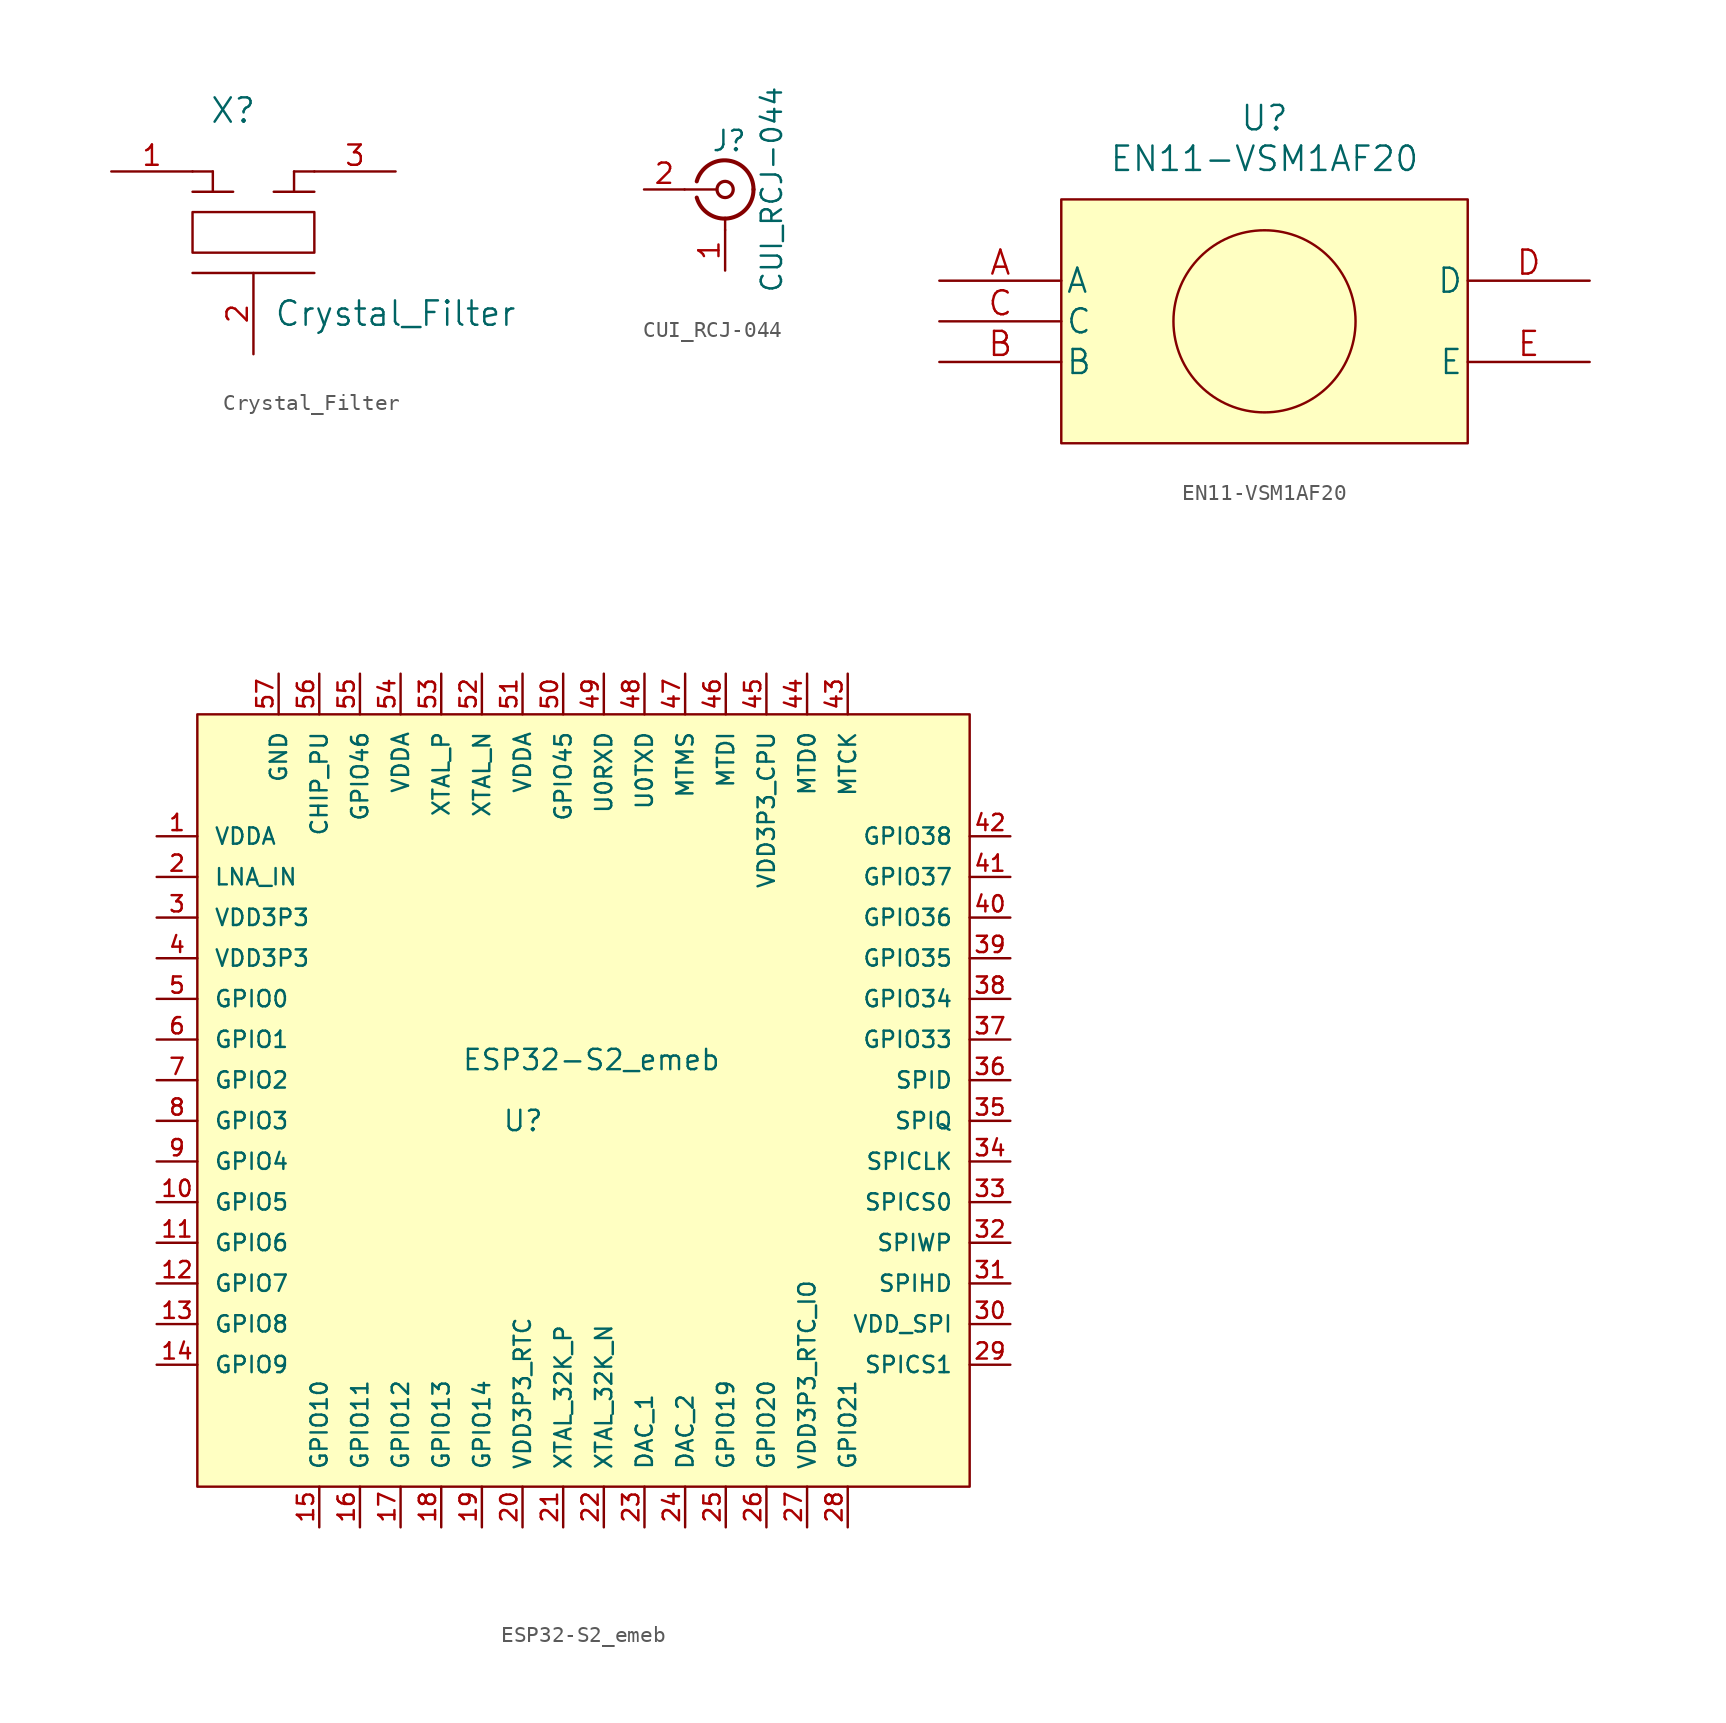
<source format=kicad_sym>
(kicad_symbol_lib
  (version 20211014)
  (generator kicad_symbol_editor)
  (symbol "Crystal_Filter"
    (pin_names
      (offset 1.016))
    (property "Reference" "X"
      (at -1.27 7.62 0)
      (effects (font (size 1.524 1.524))))
    (property "Value" "Crystal_Filter"
      (at 8.89 -5.08 0)
      (effects (font (size 1.524 1.524))))
    (property "Footprint" ""
      (at 0 0 0)
      (effects (font (size 1.524 1.524))))
    (property "Datasheet" ""
      (at 0 0 0)
      (effects (font (size 1.524 1.524))))
    (symbol "Crystal_Filter_0_1"
      (rectangle (start -3.81 -2.54) (end 3.81 -2.54) (stroke (width 0) (type default) (color 0 0 0 0)) (fill (type none)))
      (rectangle (start -3.81 1.27) (end 3.81 -1.27) (stroke (width 0) (type default) (color 0 0 0 0)) (fill (type none)))
      (rectangle (start -3.81 2.54) (end -1.27 2.54) (stroke (width 0) (type default) (color 0 0 0 0)) (fill (type none)))
      (rectangle (start -3.81 3.81) (end -2.54 3.81) (stroke (width 0) (type default) (color 0 0 0 0)) (fill (type none)))
      (rectangle (start -2.54 2.54) (end -2.54 3.81) (stroke (width 0) (type default) (color 0 0 0 0)) (fill (type none)))
      (rectangle (start 1.27 2.54) (end 3.81 2.54) (stroke (width 0) (type default) (color 0 0 0 0)) (fill (type none)))
      (rectangle (start 2.54 2.54) (end 2.54 3.81) (stroke (width 0) (type default) (color 0 0 0 0)) (fill (type none)))
      (rectangle (start 2.54 3.81) (end 3.81 3.81) (stroke (width 0) (type default) (color 0 0 0 0)) (fill (type none))))
    (symbol "Crystal_Filter_1_1"
      (pin input line (at -8.89 3.81 0) (length 5.08) (name "~" (effects (font (size 1.27 1.27)))) (number "1" (effects (font (size 1.27 1.27)))))
      (pin input line (at 0 -7.62 90) (length 5.08) (name "~" (effects (font (size 1.27 1.27)))) (number "2" (effects (font (size 1.27 1.27)))))
      (pin input line (at 8.89 3.81 180) (length 5.08) (name "~" (effects (font (size 1.27 1.27)))) (number "3" (effects (font (size 1.27 1.27)))))))
  (symbol "CUI_RCJ-044"
    (pin_names
      (offset 1.016) hide)
    (property "Reference" "J"
      (at 0.254 3.048 0)
      (effects (font (size 1.27 1.27))))
    (property "Value" "CUI_RCJ-044"
      (at 2.921 0 90)
      (effects (font (size 1.27 1.27))))
    (symbol "CUI_RCJ-044_0_1"
      (arc (start -1.778 -0.508) (mid 0.2311 -1.8066) (end 1.778 0) (stroke (width 0.254) (type default) (color 0 0 0 0)) (fill (type none)))
      (polyline (pts (xy -2.54 0) (xy -0.508 0)) (stroke (width 0) (type default) (color 0 0 0 0)) (fill (type none)))
      (polyline (pts (xy 0 -2.54) (xy 0 -1.778)) (stroke (width 0) (type default) (color 0 0 0 0)) (fill (type none)))
      (circle (center 0 0) (radius 0.508) (stroke (width 0.203) (type default) (color 0 0 0 0)) (fill (type none)))
      (arc (start 1.778 0) (mid 0.2099 1.8101) (end -1.778 0.508) (stroke (width 0.254) (type default) (color 0 0 0 0)) (fill (type none))))
    (symbol "CUI_RCJ-044_1_1"
      (pin passive line (at 0 -5.08 90) (length 2.54) (name "Ext" (effects (font (size 1.27 1.27)))) (number "1" (effects (font (size 1.27 1.27)))))
      (pin passive line (at -5.08 0 0) (length 2.54) (name "In" (effects (font (size 1.27 1.27)))) (number "2" (effects (font (size 1.27 1.27)))))))
  (symbol "EN11-VSM1AF20"
    (pin_names
      (offset 0.254))
    (property "Reference" "U"
      (at 20.32 10.16 0)
      (effects (font (size 1.524 1.524))))
    (property "Value" "EN11-VSM1AF20"
      (at 20.32 7.62 0)
      (effects (font (size 1.524 1.524))))
    (property "Datasheet" ""
      (at 0 0 0)
      (effects (font (size 1.524 1.524))))
    (property "ki_locked" ""
      (at 0 0 0)
      (effects (font (size 1.27 1.27))))
    (symbol "EN11-VSM1AF20_1_1"
      (rectangle (start 7.62 5.08) (end 33.02 -10.16) (stroke (width 0) (type default) (color 0 0 0 0)) (fill (type background)))
      (circle (center 20.32 -2.54) (radius 5.69) (stroke (width 0) (type default) (color 0 0 0 0)) (fill (type none)))
      (pin unspecified line (at 0 0 0) (length 7.62) (name "A" (effects (font (size 1.499 1.499)))) (number "A" (effects (font (size 1.499 1.499)))))
      (pin unspecified line (at 0 -5.08 0) (length 7.62) (name "B" (effects (font (size 1.499 1.499)))) (number "B" (effects (font (size 1.499 1.499)))))
      (pin unspecified line (at 0 -2.54 0) (length 7.62) (name "C" (effects (font (size 1.499 1.499)))) (number "C" (effects (font (size 1.499 1.499)))))
      (pin unspecified line (at 40.64 0 180) (length 7.62) (name "D" (effects (font (size 1.499 1.499)))) (number "D" (effects (font (size 1.499 1.499)))))
      (pin unspecified line (at 40.64 -5.08 180) (length 7.62) (name "E" (effects (font (size 1.499 1.499)))) (number "E" (effects (font (size 1.499 1.499)))))))
  (symbol "ESP32-S2_emeb"
    (pin_names
      (offset 1.016))
    (property "Reference" "U"
      (at -5.08 -1.27 0)
      (effects (font (size 1.27 1.27)) (justify left)))
    (property "Value" "ESP32-S2_emeb"
      (at -7.62 2.54 0)
      (effects (font (size 1.27 1.27)) (justify left)))
    (property "ki_locked" ""
      (at 0 0 0)
      (effects (font (size 1.27 1.27))))
    (symbol "ESP32-S2_emeb_1_1"
      (rectangle (start -24.13 24.13) (end 24.13 -24.13) (stroke (width 0) (type default) (color 0 0 0 0)) (fill (type background)))
      (pin power_in line (at -26.67 16.51 0) (length 2.54) (name "VDDA" (effects (font (size 1.016 1.016)))) (number "1" (effects (font (size 1.016 1.016)))))
      (pin bidirectional line (at -26.67 -6.35 0) (length 2.54) (name "GPIO5" (effects (font (size 1.016 1.016)))) (number "10" (effects (font (size 1.016 1.016)))))
      (pin bidirectional line (at -26.67 -8.89 0) (length 2.54) (name "GPIO6" (effects (font (size 1.016 1.016)))) (number "11" (effects (font (size 1.016 1.016)))))
      (pin bidirectional line (at -26.67 -11.43 0) (length 2.54) (name "GPIO7" (effects (font (size 1.016 1.016)))) (number "12" (effects (font (size 1.016 1.016)))))
      (pin bidirectional line (at -26.67 -13.97 0) (length 2.54) (name "GPIO8" (effects (font (size 1.016 1.016)))) (number "13" (effects (font (size 1.016 1.016)))))
      (pin bidirectional line (at -26.67 -16.51 0) (length 2.54) (name "GPIO9" (effects (font (size 1.016 1.016)))) (number "14" (effects (font (size 1.016 1.016)))))
      (pin bidirectional line (at -16.51 -26.67 90) (length 2.54) (name "GPIO10" (effects (font (size 1.016 1.016)))) (number "15" (effects (font (size 1.016 1.016)))))
      (pin bidirectional line (at -13.97 -26.67 90) (length 2.54) (name "GPIO11" (effects (font (size 1.016 1.016)))) (number "16" (effects (font (size 1.016 1.016)))))
      (pin bidirectional line (at -11.43 -26.67 90) (length 2.54) (name "GPIO12" (effects (font (size 1.016 1.016)))) (number "17" (effects (font (size 1.016 1.016)))))
      (pin bidirectional line (at -8.89 -26.67 90) (length 2.54) (name "GPIO13" (effects (font (size 1.016 1.016)))) (number "18" (effects (font (size 1.016 1.016)))))
      (pin bidirectional line (at -6.35 -26.67 90) (length 2.54) (name "GPIO14" (effects (font (size 1.016 1.016)))) (number "19" (effects (font (size 1.016 1.016)))))
      (pin bidirectional line (at -26.67 13.97 0) (length 2.54) (name "LNA_IN" (effects (font (size 1.016 1.016)))) (number "2" (effects (font (size 1.016 1.016)))))
      (pin power_in line (at -3.81 -26.67 90) (length 2.54) (name "VDD3P3_RTC" (effects (font (size 1.016 1.016)))) (number "20" (effects (font (size 1.016 1.016)))))
      (pin bidirectional line (at -1.27 -26.67 90) (length 2.54) (name "XTAL_32K_P" (effects (font (size 1.016 1.016)))) (number "21" (effects (font (size 1.016 1.016)))))
      (pin bidirectional line (at 1.27 -26.67 90) (length 2.54) (name "XTAL_32K_N" (effects (font (size 1.016 1.016)))) (number "22" (effects (font (size 1.016 1.016)))))
      (pin passive line (at 3.81 -26.67 90) (length 2.54) (name "DAC_1" (effects (font (size 1.016 1.016)))) (number "23" (effects (font (size 1.016 1.016)))))
      (pin passive line (at 6.35 -26.67 90) (length 2.54) (name "DAC_2" (effects (font (size 1.016 1.016)))) (number "24" (effects (font (size 1.016 1.016)))))
      (pin bidirectional line (at 8.89 -26.67 90) (length 2.54) (name "GPIO19" (effects (font (size 1.016 1.016)))) (number "25" (effects (font (size 1.016 1.016)))))
      (pin bidirectional line (at 11.43 -26.67 90) (length 2.54) (name "GPIO20" (effects (font (size 1.016 1.016)))) (number "26" (effects (font (size 1.016 1.016)))))
      (pin power_in line (at 13.97 -26.67 90) (length 2.54) (name "VDD3P3_RTC_IO" (effects (font (size 1.016 1.016)))) (number "27" (effects (font (size 1.016 1.016)))))
      (pin bidirectional line (at 16.51 -26.67 90) (length 2.54) (name "GPIO21" (effects (font (size 1.016 1.016)))) (number "28" (effects (font (size 1.016 1.016)))))
      (pin input line (at 26.67 -16.51 180) (length 2.54) (name "SPICS1" (effects (font (size 1.016 1.016)))) (number "29" (effects (font (size 1.016 1.016)))))
      (pin power_in line (at -26.67 11.43 0) (length 2.54) (name "VDD3P3" (effects (font (size 1.016 1.016)))) (number "3" (effects (font (size 1.016 1.016)))))
      (pin power_in line (at 26.67 -13.97 180) (length 2.54) (name "VDD_SPI" (effects (font (size 1.016 1.016)))) (number "30" (effects (font (size 1.016 1.016)))))
      (pin bidirectional line (at 26.67 -11.43 180) (length 2.54) (name "SPIHD" (effects (font (size 1.016 1.016)))) (number "31" (effects (font (size 1.016 1.016)))))
      (pin bidirectional line (at 26.67 -8.89 180) (length 2.54) (name "SPIWP" (effects (font (size 1.016 1.016)))) (number "32" (effects (font (size 1.016 1.016)))))
      (pin bidirectional line (at 26.67 -6.35 180) (length 2.54) (name "SPICS0" (effects (font (size 1.016 1.016)))) (number "33" (effects (font (size 1.016 1.016)))))
      (pin input line (at 26.67 -3.81 180) (length 2.54) (name "SPICLK" (effects (font (size 1.016 1.016)))) (number "34" (effects (font (size 1.016 1.016)))))
      (pin bidirectional line (at 26.67 -1.27 180) (length 2.54) (name "SPIQ" (effects (font (size 1.016 1.016)))) (number "35" (effects (font (size 1.016 1.016)))))
      (pin bidirectional line (at 26.67 1.27 180) (length 2.54) (name "SPID" (effects (font (size 1.016 1.016)))) (number "36" (effects (font (size 1.016 1.016)))))
      (pin bidirectional line (at 26.67 3.81 180) (length 2.54) (name "GPIO33" (effects (font (size 1.016 1.016)))) (number "37" (effects (font (size 1.016 1.016)))))
      (pin bidirectional line (at 26.67 6.35 180) (length 2.54) (name "GPIO34" (effects (font (size 1.016 1.016)))) (number "38" (effects (font (size 1.016 1.016)))))
      (pin bidirectional line (at 26.67 8.89 180) (length 2.54) (name "GPIO35" (effects (font (size 1.016 1.016)))) (number "39" (effects (font (size 1.016 1.016)))))
      (pin power_in line (at -26.67 8.89 0) (length 2.54) (name "VDD3P3" (effects (font (size 1.016 1.016)))) (number "4" (effects (font (size 1.016 1.016)))))
      (pin bidirectional line (at 26.67 11.43 180) (length 2.54) (name "GPIO36" (effects (font (size 1.016 1.016)))) (number "40" (effects (font (size 1.016 1.016)))))
      (pin bidirectional line (at 26.67 13.97 180) (length 2.54) (name "GPIO37" (effects (font (size 1.016 1.016)))) (number "41" (effects (font (size 1.016 1.016)))))
      (pin bidirectional line (at 26.67 16.51 180) (length 2.54) (name "GPIO38" (effects (font (size 1.016 1.016)))) (number "42" (effects (font (size 1.016 1.016)))))
      (pin input line (at 16.51 26.67 270) (length 2.54) (name "MTCK" (effects (font (size 1.016 1.016)))) (number "43" (effects (font (size 1.016 1.016)))))
      (pin bidirectional line (at 13.97 26.67 270) (length 2.54) (name "MTD0" (effects (font (size 1.016 1.016)))) (number "44" (effects (font (size 1.016 1.016)))))
      (pin power_in line (at 11.43 26.67 270) (length 2.54) (name "VDD3P3_CPU" (effects (font (size 1.016 1.016)))) (number "45" (effects (font (size 1.016 1.016)))))
      (pin input line (at 8.89 26.67 270) (length 2.54) (name "MTDI" (effects (font (size 1.016 1.016)))) (number "46" (effects (font (size 1.016 1.016)))))
      (pin input line (at 6.35 26.67 270) (length 2.54) (name "MTMS" (effects (font (size 1.016 1.016)))) (number "47" (effects (font (size 1.016 1.016)))))
      (pin output line (at 3.81 26.67 270) (length 2.54) (name "U0TXD" (effects (font (size 1.016 1.016)))) (number "48" (effects (font (size 1.016 1.016)))))
      (pin input line (at 1.27 26.67 270) (length 2.54) (name "U0RXD" (effects (font (size 1.016 1.016)))) (number "49" (effects (font (size 1.016 1.016)))))
      (pin bidirectional line (at -26.67 6.35 0) (length 2.54) (name "GPIO0" (effects (font (size 1.016 1.016)))) (number "5" (effects (font (size 1.016 1.016)))))
      (pin bidirectional line (at -1.27 26.67 270) (length 2.54) (name "GPIO45" (effects (font (size 1.016 1.016)))) (number "50" (effects (font (size 1.016 1.016)))))
      (pin power_in line (at -3.81 26.67 270) (length 2.54) (name "VDDA" (effects (font (size 1.016 1.016)))) (number "51" (effects (font (size 1.016 1.016)))))
      (pin output line (at -6.35 26.67 270) (length 2.54) (name "XTAL_N" (effects (font (size 1.016 1.016)))) (number "52" (effects (font (size 1.016 1.016)))))
      (pin input line (at -8.89 26.67 270) (length 2.54) (name "XTAL_P" (effects (font (size 1.016 1.016)))) (number "53" (effects (font (size 1.016 1.016)))))
      (pin power_in line (at -11.43 26.67 270) (length 2.54) (name "VDDA" (effects (font (size 1.016 1.016)))) (number "54" (effects (font (size 1.016 1.016)))))
      (pin bidirectional line (at -13.97 26.67 270) (length 2.54) (name "GPIO46" (effects (font (size 1.016 1.016)))) (number "55" (effects (font (size 1.016 1.016)))))
      (pin input line (at -16.51 26.67 270) (length 2.54) (name "CHIP_PU" (effects (font (size 1.016 1.016)))) (number "56" (effects (font (size 1.016 1.016)))))
      (pin power_in line (at -19.05 26.67 270) (length 2.54) (name "GND" (effects (font (size 1.016 1.016)))) (number "57" (effects (font (size 1.016 1.016)))))
      (pin bidirectional line (at -26.67 3.81 0) (length 2.54) (name "GPIO1" (effects (font (size 1.016 1.016)))) (number "6" (effects (font (size 1.016 1.016)))))
      (pin bidirectional line (at -26.67 1.27 0) (length 2.54) (name "GPIO2" (effects (font (size 1.016 1.016)))) (number "7" (effects (font (size 1.016 1.016)))))
      (pin bidirectional line (at -26.67 -1.27 0) (length 2.54) (name "GPIO3" (effects (font (size 1.016 1.016)))) (number "8" (effects (font (size 1.016 1.016)))))
      (pin bidirectional line (at -26.67 -3.81 0) (length 2.54) (name "GPIO4" (effects (font (size 1.016 1.016)))) (number "9" (effects (font (size 1.016 1.016))))))))
</source>
